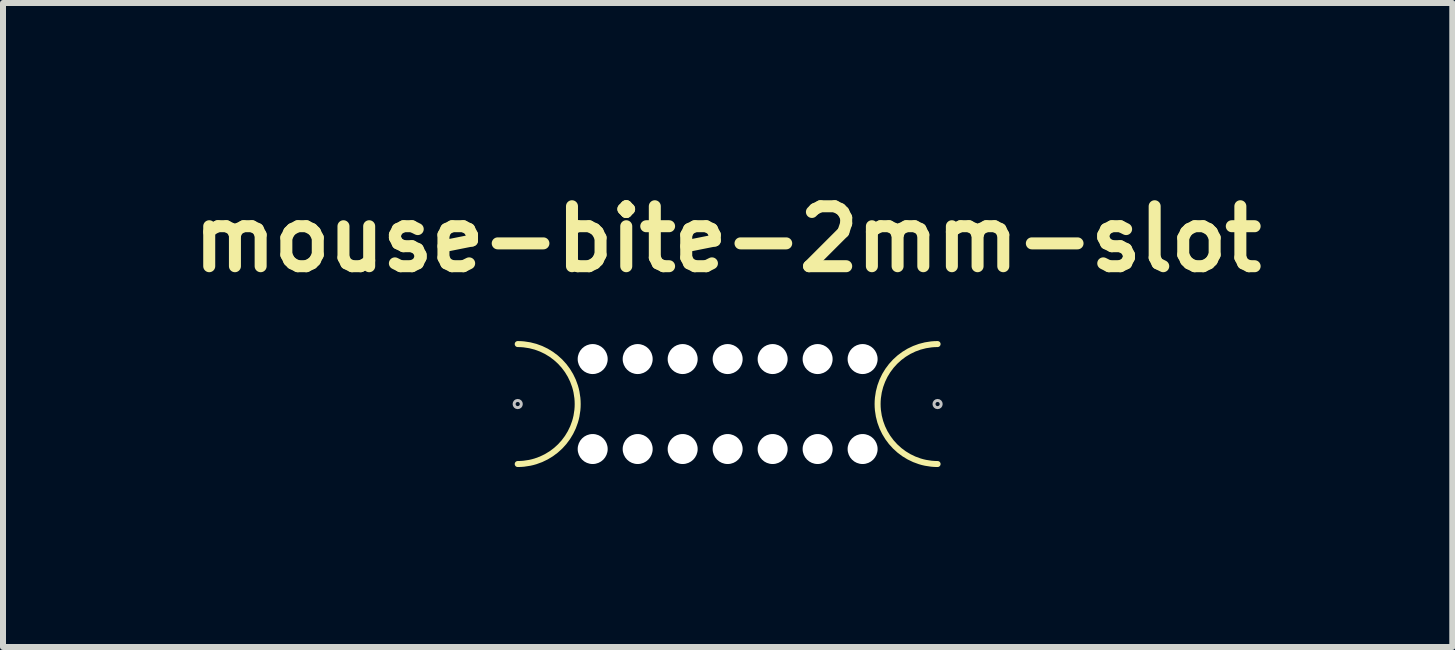
<source format=kicad_pcb>
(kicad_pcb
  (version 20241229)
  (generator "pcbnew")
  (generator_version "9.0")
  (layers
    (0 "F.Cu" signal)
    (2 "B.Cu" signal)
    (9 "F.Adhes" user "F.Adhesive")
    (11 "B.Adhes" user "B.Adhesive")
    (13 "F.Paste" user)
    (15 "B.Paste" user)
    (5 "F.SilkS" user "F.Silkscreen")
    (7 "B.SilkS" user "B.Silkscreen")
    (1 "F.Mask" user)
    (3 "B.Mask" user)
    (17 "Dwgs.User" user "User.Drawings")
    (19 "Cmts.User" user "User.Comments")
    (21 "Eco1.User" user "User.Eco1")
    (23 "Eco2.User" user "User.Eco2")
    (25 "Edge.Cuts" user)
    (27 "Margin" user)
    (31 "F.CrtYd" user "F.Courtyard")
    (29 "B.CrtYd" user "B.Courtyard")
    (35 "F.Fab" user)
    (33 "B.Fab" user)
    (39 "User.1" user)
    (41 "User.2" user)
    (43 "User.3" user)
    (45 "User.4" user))
  (footprint "mouse-bite-2mm-slot"
    (layer "F.Cu")
    (at 9.081 3.686)
    (property "Reference" "mouse-bite-2mm-slot" (at 0 -2.75 0) (layer "F.SilkS") (effects (font (size 1 1) (thickness 0.2))))
    (attr through_hole)
    (fp_arc (start -3.5 -1) (mid -2.5 0) (end -3.5 1) (stroke (width 0.1) (type solid)) (layer "F.SilkS"))
    (fp_arc (start 3.5 1) (mid 2.5 0) (end 3.5 -1) (stroke (width 0.1) (type solid)) (layer "F.SilkS"))
    (fp_circle (center -3.5 0) (end -3.5 -0.06) (stroke (width 0.05) (type solid)) (fill no) (layer "Dwgs.User"))
    (fp_circle (center 3.5 0) (end 3.56 0) (stroke (width 0.05) (type solid)) (fill no) (layer "Dwgs.User"))
    (fp_line (start -3.5 0) (end -3.5 0) (stroke (width 2) (type solid)) (layer "Eco1.User"))
    (fp_line (start 3.5 0) (end 3.5 0) (stroke (width 2) (type solid)) (layer "Eco1.User"))
    (pad "" np_thru_hole circle (at -2.25 -0.75) (size 0.5 0.5) (drill 0.5) (layers "*.Cu" "*.Mask"))
    (pad "" np_thru_hole circle (at -2.25 0.75) (size 0.5 0.5) (drill 0.5) (layers "*.Cu" "*.Mask"))
    (pad "" np_thru_hole circle (at -1.5 -0.75) (size 0.5 0.5) (drill 0.5) (layers "*.Cu" "*.Mask"))
    (pad "" np_thru_hole circle (at -1.5 0.75) (size 0.5 0.5) (drill 0.5) (layers "*.Cu" "*.Mask"))
    (pad "" np_thru_hole circle (at -0.75 -0.75) (size 0.5 0.5) (drill 0.5) (layers "*.Cu" "*.Mask"))
    (pad "" np_thru_hole circle (at -0.75 0.75) (size 0.5 0.5) (drill 0.5) (layers "*.Cu" "*.Mask"))
    (pad "" np_thru_hole circle (at 0 -0.75) (size 0.5 0.5) (drill 0.5) (layers "*.Cu" "*.Mask"))
    (pad "" np_thru_hole circle (at 0 0.75) (size 0.5 0.5) (drill 0.5) (layers "*.Cu" "*.Mask"))
    (pad "" np_thru_hole circle (at 0.75 -0.75) (size 0.5 0.5) (drill 0.5) (layers "*.Cu" "*.Mask"))
    (pad "" np_thru_hole circle (at 0.75 0.75) (size 0.5 0.5) (drill 0.5) (layers "*.Cu" "*.Mask"))
    (pad "" np_thru_hole circle (at 1.5 -0.75) (size 0.5 0.5) (drill 0.5) (layers "*.Cu" "*.Mask"))
    (pad "" np_thru_hole circle (at 1.5 0.75) (size 0.5 0.5) (drill 0.5) (layers "*.Cu" "*.Mask"))
    (pad "" np_thru_hole circle (at 2.25 -0.75) (size 0.5 0.5) (drill 0.5) (layers "*.Cu" "*.Mask"))
    (pad "" np_thru_hole circle (at 2.25 0.75) (size 0.5 0.5) (drill 0.5) (layers "*.Cu" "*.Mask")))
  (gr_rect
    (start -3 -3)
    (end 21.162 7.736)
    (stroke (width 0.1) (type default))
    (fill no)
    (layer "Edge.Cuts")))
</source>
